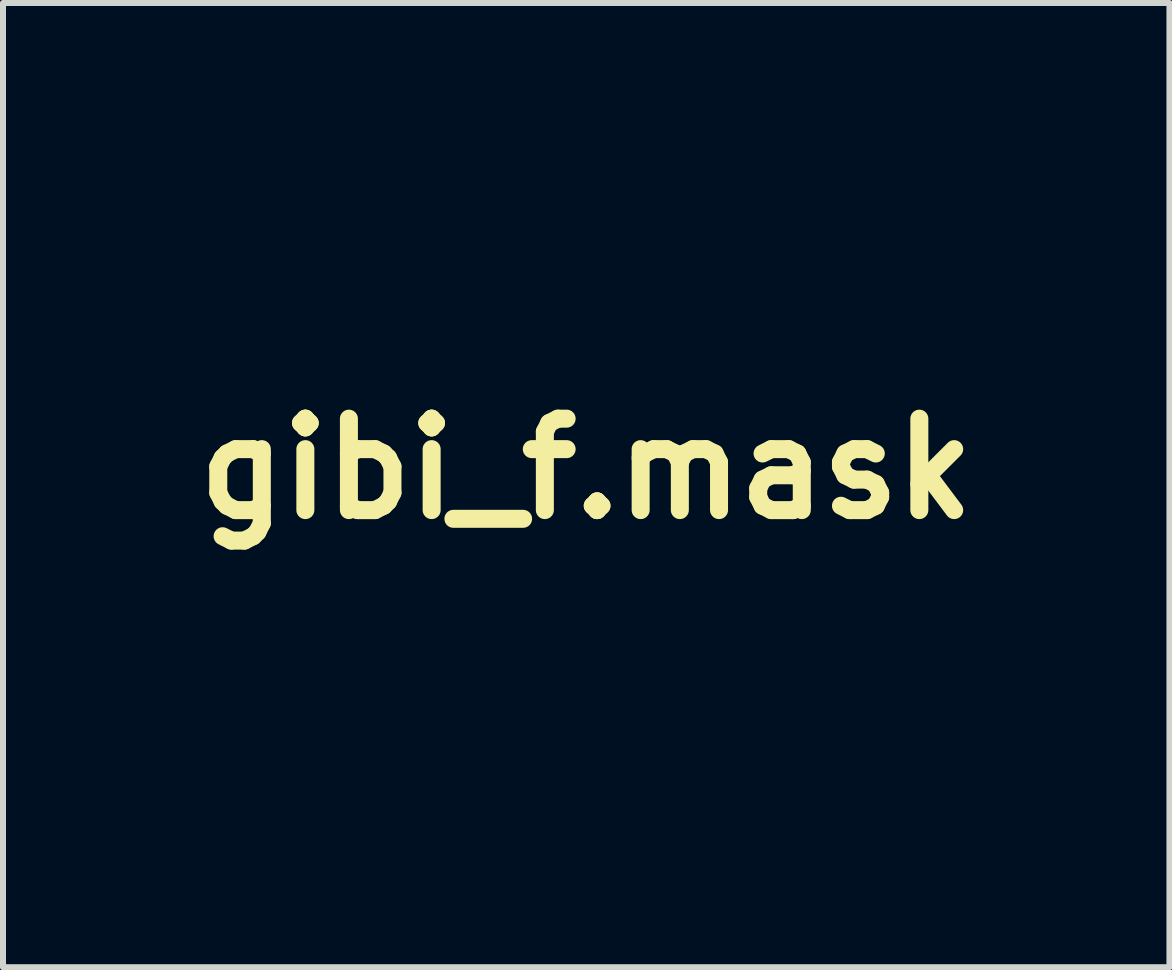
<source format=kicad_pcb>
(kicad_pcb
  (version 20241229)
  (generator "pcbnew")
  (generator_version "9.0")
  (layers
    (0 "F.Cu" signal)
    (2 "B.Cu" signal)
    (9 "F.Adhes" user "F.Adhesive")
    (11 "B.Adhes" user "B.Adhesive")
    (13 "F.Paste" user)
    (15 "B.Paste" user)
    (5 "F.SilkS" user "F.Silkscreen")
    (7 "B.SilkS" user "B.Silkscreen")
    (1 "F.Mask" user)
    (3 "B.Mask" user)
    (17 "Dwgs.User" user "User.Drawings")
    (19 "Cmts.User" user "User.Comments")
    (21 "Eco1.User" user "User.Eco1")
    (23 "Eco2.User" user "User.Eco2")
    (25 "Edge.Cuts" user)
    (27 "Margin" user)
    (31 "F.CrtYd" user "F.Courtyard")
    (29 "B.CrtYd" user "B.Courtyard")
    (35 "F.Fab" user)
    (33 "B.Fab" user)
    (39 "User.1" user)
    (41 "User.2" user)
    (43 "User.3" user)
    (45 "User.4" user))
  (footprint "gibi_f.mask"
    (layer "F.Cu")
    (at 6.72 4.762)
    (property "Reference" "gibi_f.mask" (at 0 0 0) (layer "F.SilkS") (effects (font (size 1.524 1.524) (thickness 0.3))))
    (attr through_hole)
    (fp_poly (pts (xy 5.279 5.281) (xy 5.28 5.292) (xy 5.23 5.296) (xy 5.223 5.296) (xy 5.174 5.291) (xy 5.178 5.282) (xy 5.184 5.28) (xy 5.253 5.276) (xy 5.279 5.281)) (stroke (width 0.01) (type solid)) (fill yes) (layer "F.Mask"))
    (fp_poly (pts (xy 0.969 -2.509) (xy 0.984 -2.455) (xy 0.984 -2.449) (xy 0.955 -2.375) (xy 0.875 -2.292) (xy 0.755 -2.209) (xy 0.605 -2.13) (xy 0.437 -2.064) (xy 0.261 -2.015) (xy 0.258 -2.014) (xy 0.037 -1.981) (xy -0.191 -1.97) (xy -0.408 -1.982) (xy -0.593 -2.015) (xy -0.66 -2.036) (xy -0.786 -2.098) (xy -0.873 -2.177) (xy -0.906 -2.225) (xy -0.953 -2.301) (xy -0.981 -2.351) (xy -0.984 -2.361) (xy -0.959 -2.353) (xy -0.891 -2.322) (xy -0.794 -2.272) (xy -0.77 -2.259) (xy -0.665 -2.205) (xy -0.581 -2.171) (xy -0.498 -2.153) (xy -0.394 -2.145) (xy -0.254 -2.144) (xy 0.065 -2.161) (xy 0.337 -2.213) (xy 0.567 -2.301) (xy 0.731 -2.403) (xy 0.848 -2.483) (xy 0.925 -2.518) (xy 0.969 -2.509)) (stroke (width 0.01) (type solid)) (fill yes) (layer "F.Mask"))
    (fp_poly (pts (xy 0.185 -4.755) (xy 0.33 -4.721) (xy 0.444 -4.652) (xy 0.46 -4.636) (xy 0.513 -4.542) (xy 0.553 -4.397) (xy 0.577 -4.215) (xy 0.585 -4.006) (xy 0.581 -3.866) (xy 0.562 -3.556) (xy 0.704 -3.556) (xy 0.923 -3.582) (xy 1.129 -3.656) (xy 1.3 -3.77) (xy 1.388 -3.863) (xy 1.417 -3.933) (xy 1.388 -3.979) (xy 1.301 -3.999) (xy 1.265 -4) (xy 1.165 -3.992) (xy 1.083 -3.97) (xy 1.073 -3.965) (xy 1.007 -3.954) (xy 0.97 -3.99) (xy 0.975 -4.054) (xy 1.019 -4.099) (xy 1.102 -4.143) (xy 1.201 -4.177) (xy 1.295 -4.191) (xy 1.298 -4.191) (xy 1.401 -4.169) (xy 1.502 -4.114) (xy 1.579 -4.04) (xy 1.606 -3.987) (xy 1.6 -3.888) (xy 1.544 -3.78) (xy 1.446 -3.677) (xy 1.365 -3.619) (xy 1.24 -3.543) (xy 1.165 -3.49) (xy 1.138 -3.451) (xy 1.156 -3.417) (xy 1.215 -3.377) (xy 1.277 -3.342) (xy 1.428 -3.23) (xy 1.567 -3.07) (xy 1.7 -2.854) (xy 1.714 -2.828) (xy 1.769 -2.699) (xy 1.825 -2.525) (xy 1.876 -2.328) (xy 1.917 -2.125) (xy 1.941 -1.968) (xy 1.96 -1.806) (xy 1.975 -1.697) (xy 1.993 -1.631) (xy 2.02 -1.6) (xy 2.062 -1.593) (xy 2.124 -1.601) (xy 2.167 -1.608) (xy 2.289 -1.622) (xy 2.439 -1.632) (xy 2.562 -1.635) (xy 2.698 -1.63) (xy 2.79 -1.614) (xy 2.859 -1.582) (xy 2.88 -1.568) (xy 2.958 -1.476) (xy 2.977 -1.368) (xy 2.935 -1.255) (xy 2.935 -1.255) (xy 2.9 -1.194) (xy 2.904 -1.153) (xy 2.936 -1.112) (xy 2.974 -1.029) (xy 2.961 -0.939) (xy 2.901 -0.866) (xy 2.881 -0.853) (xy 2.802 -0.798) (xy 2.781 -0.739) (xy 2.796 -0.694) (xy 2.824 -0.589) (xy 2.79 -0.495) (xy 2.742 -0.447) (xy 2.63 -0.392) (xy 2.492 -0.384) (xy 2.322 -0.423) (xy 2.147 -0.496) (xy 2.031 -0.546) (xy 1.935 -0.582) (xy 1.874 -0.595) (xy 1.864 -0.594) (xy 1.849 -0.571) (xy 1.835 -0.511) (xy 1.822 -0.409) (xy 1.809 -0.259) (xy 1.796 -0.055) (xy 1.782 0.195) (xy 1.754 0.677) (xy 1.726 1.103) (xy 1.695 1.48) (xy 1.661 1.816) (xy 1.625 2.117) (xy 1.584 2.39) (xy 1.577 2.433) (xy 1.545 2.615) (xy 1.518 2.749) (xy 1.49 2.851) (xy 1.457 2.937) (xy 1.413 3.021) (xy 1.353 3.12) (xy 1.352 3.121) (xy 1.16 3.383) (xy 0.947 3.587) (xy 0.711 3.733) (xy 0.685 3.746) (xy 0.551 3.817) (xy 0.455 3.89) (xy 0.402 3.957) (xy 0.394 4.013) (xy 0.435 4.051) (xy 0.521 4.064) (xy 0.586 4.053) (xy 0.669 4.017) (xy 0.781 3.95) (xy 0.931 3.847) (xy 0.94 3.841) (xy 1.213 3.65) (xy 1.44 3.498) (xy 1.626 3.383) (xy 1.774 3.303) (xy 1.887 3.255) (xy 1.969 3.239) (xy 1.974 3.239) (xy 2.048 3.244) (xy 2.103 3.271) (xy 2.161 3.33) (xy 2.205 3.389) (xy 2.313 3.589) (xy 2.366 3.813) (xy 2.364 4.052) (xy 2.307 4.298) (xy 2.203 4.528) (xy 2.117 4.668) (xy 2.04 4.758) (xy 1.959 4.807) (xy 1.861 4.825) (xy 1.826 4.826) (xy 1.671 4.8) (xy 1.549 4.725) (xy 1.469 4.607) (xy 1.457 4.574) (xy 1.425 4.494) (xy 1.389 4.449) (xy 1.377 4.445) (xy 1.339 4.466) (xy 1.266 4.521) (xy 1.169 4.604) (xy 1.079 4.686) (xy 0.901 4.841) (xy 0.75 4.949) (xy 0.616 5.013) (xy 0.491 5.038) (xy 0.389 5.033) (xy 0.269 5.003) (xy 0.115 4.949) (xy -0.054 4.878) (xy -0.22 4.8) (xy -0.32 4.745) (xy 0.335 4.745) (xy 0.339 4.791) (xy 0.355 4.817) (xy 0.422 4.851) (xy 0.524 4.845) (xy 0.651 4.804) (xy 0.789 4.73) (xy 0.802 4.721) (xy 0.905 4.641) (xy 1.034 4.522) (xy 1.175 4.378) (xy 1.316 4.221) (xy 1.446 4.066) (xy 1.502 3.993) (xy 1.584 3.904) (xy 1.647 3.872) (xy 1.684 3.893) (xy 1.686 3.962) (xy 1.645 4.074) (xy 1.643 4.078) (xy 1.601 4.209) (xy 1.593 4.35) (xy 1.618 4.481) (xy 1.674 4.577) (xy 1.675 4.579) (xy 1.771 4.636) (xy 1.873 4.635) (xy 1.969 4.576) (xy 1.991 4.552) (xy 2.055 4.444) (xy 2.114 4.296) (xy 2.161 4.13) (xy 2.187 3.971) (xy 2.191 3.9) (xy 2.18 3.795) (xy 2.153 3.678) (xy 2.115 3.566) (xy 2.072 3.478) (xy 2.032 3.429) (xy 2.02 3.425) (xy 1.959 3.431) (xy 1.879 3.462) (xy 1.774 3.521) (xy 1.638 3.613) (xy 1.464 3.741) (xy 1.333 3.842) (xy 1.204 3.934) (xy 1.045 4.033) (xy 0.889 4.121) (xy 0.859 4.136) (xy 0.727 4.205) (xy 0.637 4.263) (xy 0.572 4.322) (xy 0.516 4.397) (xy 0.485 4.445) (xy 0.404 4.583) (xy 0.355 4.679) (xy 0.335 4.745) (xy -0.32 4.745) (xy -0.362 4.722) (xy -0.451 4.662) (xy -0.55 4.597) (xy -0.618 4.587) (xy -0.656 4.632) (xy -0.667 4.722) (xy -0.676 4.838) (xy -0.698 4.951) (xy -0.699 4.953) (xy -0.723 5.066) (xy -0.736 5.183) (xy -0.736 5.183) (xy -0.743 5.26) (xy -0.768 5.294) (xy -0.832 5.302) (xy -0.864 5.302) (xy -0.941 5.299) (xy -0.968 5.283) (xy -0.957 5.247) (xy -0.955 5.244) (xy -0.933 5.179) (xy -0.912 5.08) (xy -0.903 5.026) (xy -0.894 4.928) (xy -0.902 4.871) (xy -0.933 4.831) (xy -0.956 4.814) (xy -1.022 4.782) (xy -1.095 4.764) (xy -1.154 4.763) (xy -1.175 4.78) (xy -1.161 4.82) (xy -1.141 4.862) (xy -1.121 4.933) (xy -1.125 4.974) (xy -1.144 5.001) (xy -1.182 4.996) (xy -1.249 4.96) (xy -1.393 4.889) (xy -1.543 4.846) (xy -1.721 4.826) (xy -1.832 4.823) (xy -2.036 4.835) (xy -2.207 4.873) (xy -2.337 4.933) (xy -2.418 5.012) (xy -2.445 5.1) (xy -2.441 5.137) (xy -2.422 5.165) (xy -2.38 5.187) (xy -2.303 5.208) (xy -2.183 5.23) (xy -2.02 5.256) (xy -1.762 5.296) (xy -2.196 5.299) (xy -2.63 5.302) (xy -2.651 5.209) (xy -2.649 5.098) (xy -2.594 4.98) (xy -2.483 4.848) (xy -2.455 4.822) (xy -2.272 4.684) (xy -2.074 4.606) (xy -1.855 4.586) (xy -1.635 4.618) (xy -1.51 4.642) (xy -1.43 4.638) (xy -1.387 4.595) (xy -1.369 4.507) (xy -1.367 4.386) (xy -1.37 4.213) (xy -1.202 4.213) (xy -1.2 4.261) (xy -1.161 4.362) (xy -1.077 4.441) (xy -0.966 4.483) (xy -0.957 4.484) (xy -0.908 4.483) (xy -0.869 4.458) (xy -0.83 4.396) (xy -0.787 4.304) (xy -0.744 4.229) (xy -0.697 4.205) (xy -0.634 4.234) (xy -0.554 4.306) (xy -0.437 4.413) (xy -0.315 4.508) (xy -0.201 4.583) (xy -0.11 4.626) (xy -0.075 4.634) (xy -0.026 4.617) (xy 0.03 4.56) (xy 0.101 4.453) (xy 0.109 4.44) (xy 0.17 4.336) (xy 0.21 4.257) (xy 0.223 4.199) (xy 0.203 4.158) (xy 0.145 4.132) (xy 0.043 4.117) (xy -0.108 4.109) (xy -0.315 4.105) (xy -0.437 4.103) (xy -0.68 4.101) (xy -0.866 4.102) (xy -1.003 4.108) (xy -1.098 4.121) (xy -1.158 4.142) (xy -1.19 4.172) (xy -1.202 4.213) (xy -1.37 4.213) (xy -1.37 4.212) (xy -1.382 4.087) (xy -1.41 3.994) (xy -1.463 3.92) (xy -1.551 3.847) (xy -1.68 3.762) (xy -1.73 3.731) (xy -1.943 3.587) (xy -2.088 3.473) (xy -1.738 3.473) (xy -1.707 3.508) (xy -1.632 3.556) (xy -1.516 3.62) (xy -1.494 3.631) (xy -1.374 3.691) (xy -1.275 3.73) (xy -1.172 3.753) (xy -1.042 3.768) (xy -0.956 3.774) (xy -0.803 3.782) (xy -0.611 3.788) (xy -0.404 3.793) (xy -0.207 3.794) (xy -0.203 3.794) (xy 0.244 3.794) (xy 0.471 3.67) (xy 0.576 3.61) (xy 0.656 3.559) (xy 0.696 3.528) (xy 0.699 3.523) (xy 0.668 3.515) (xy 0.585 3.506) (xy 0.457 3.497) (xy 0.295 3.489) (xy 0.109 3.482) (xy 0.103 3.481) (xy -0.137 3.474) (xy -0.415 3.464) (xy -0.703 3.455) (xy -0.976 3.446) (xy -1.123 3.441) (xy -1.36 3.434) (xy -1.536 3.432) (xy -1.656 3.437) (xy -1.722 3.45) (xy -1.738 3.473) (xy -2.088 3.473) (xy -2.133 3.437) (xy -2.291 3.291) (xy -2.408 3.156) (xy -2.469 3.054) (xy -2.487 3.001) (xy -2.501 2.931) (xy -2.51 2.834) (xy -2.515 2.728) (xy -2.349 2.728) (xy -2.335 2.807) (xy -2.303 2.886) (xy -2.265 2.942) (xy -2.208 2.974) (xy -2.113 2.994) (xy -2.089 2.997) (xy -1.957 3.015) (xy -1.807 3.036) (xy -1.73 3.047) (xy -1.627 3.061) (xy -1.479 3.076) (xy -1.304 3.092) (xy -1.12 3.107) (xy -1.079 3.11) (xy -0.873 3.126) (xy -0.649 3.142) (xy -0.435 3.158) (xy -0.257 3.171) (xy -0.254 3.172) (xy -0.085 3.181) (xy 0.124 3.187) (xy 0.349 3.19) (xy 0.566 3.189) (xy 0.619 3.188) (xy 0.813 3.183) (xy 0.954 3.177) (xy 1.05 3.169) (xy 1.111 3.157) (xy 1.148 3.141) (xy 1.166 3.123) (xy 1.201 3.047) (xy 1.201 2.977) (xy 1.167 2.937) (xy 1.121 2.93) (xy 1.02 2.919) (xy 0.873 2.905) (xy 0.687 2.89) (xy 0.47 2.872) (xy 0.232 2.854) (xy -0.02 2.836) (xy -0.277 2.818) (xy -0.531 2.8) (xy -0.773 2.785) (xy -0.997 2.771) (xy -1.143 2.763) (xy -1.427 2.748) (xy -1.655 2.735) (xy -1.834 2.725) (xy -1.972 2.716) (xy -2.074 2.708) (xy -2.149 2.7) (xy -2.204 2.693) (xy -2.246 2.685) (xy -2.262 2.681) (xy -2.325 2.673) (xy -2.347 2.698) (xy -2.349 2.728) (xy -2.515 2.728) (xy -2.516 2.702) (xy -2.52 2.525) (xy -2.522 2.294) (xy -2.522 2.27) (xy -2.521 2.188) (xy -2.344 2.188) (xy -2.341 2.296) (xy -2.314 2.352) (xy -2.312 2.354) (xy -2.262 2.367) (xy -2.167 2.377) (xy -2.045 2.382) (xy -2.016 2.382) (xy -1.855 2.387) (xy -1.681 2.399) (xy -1.54 2.413) (xy -1.397 2.429) (xy -1.201 2.447) (xy -0.965 2.467) (xy -0.698 2.488) (xy -0.412 2.509) (xy -0.118 2.53) (xy 0.173 2.55) (xy 0.45 2.567) (xy 0.702 2.581) (xy 0.917 2.592) (xy 1.085 2.598) (xy 1.118 2.599) (xy 1.245 2.599) (xy 1.324 2.592) (xy 1.368 2.575) (xy 1.394 2.545) (xy 1.396 2.542) (xy 1.428 2.445) (xy 1.413 2.372) (xy 1.357 2.335) (xy 1.308 2.33) (xy 1.204 2.323) (xy 1.054 2.315) (xy 0.867 2.306) (xy 0.652 2.297) (xy 0.417 2.289) (xy 0.378 2.287) (xy 0.019 2.273) (xy -0.295 2.255) (xy -0.584 2.234) (xy -0.867 2.206) (xy -1.163 2.171) (xy -1.289 2.154) (xy -1.51 2.126) (xy -1.718 2.1) (xy -1.903 2.078) (xy -2.052 2.062) (xy -2.156 2.053) (xy -2.191 2.051) (xy -2.334 2.048) (xy -2.344 2.188) (xy -2.521 2.188) (xy -2.52 2.014) (xy -2.515 1.792) (xy -2.506 1.615) (xy -2.498 1.535) (xy -2.313 1.535) (xy -2.307 1.621) (xy -2.259 1.68) (xy -2.257 1.682) (xy -2.225 1.694) (xy -2.173 1.706) (xy -2.094 1.718) (xy -1.982 1.732) (xy -1.83 1.748) (xy -1.632 1.767) (xy -1.381 1.79) (xy -1.175 1.808) (xy -0.987 1.825) (xy -0.763 1.846) (xy -0.53 1.868) (xy -0.316 1.889) (xy -0.302 1.891) (xy -0.081 1.912) (xy 0.173 1.934) (xy 0.429 1.954) (xy 0.656 1.969) (xy 0.664 1.97) (xy 0.834 1.982) (xy 0.981 1.993) (xy 1.092 2.005) (xy 1.158 2.014) (xy 1.171 2.018) (xy 1.21 2.026) (xy 1.29 2.027) (xy 1.331 2.026) (xy 1.42 2.017) (xy 1.466 1.993) (xy 1.489 1.938) (xy 1.502 1.877) (xy 1.514 1.766) (xy 1.495 1.705) (xy 1.493 1.703) (xy 1.456 1.684) (xy 1.378 1.664) (xy 1.258 1.644) (xy 1.092 1.623) (xy 0.879 1.6) (xy 0.615 1.576) (xy 0.297 1.551) (xy -0.077 1.523) (xy -0.509 1.492) (xy -0.81 1.472) (xy -1.146 1.45) (xy -1.425 1.432) (xy -1.652 1.418) (xy -1.832 1.409) (xy -1.972 1.403) (xy -2.077 1.4) (xy -2.152 1.402) (xy -2.203 1.407) (xy -2.237 1.416) (xy -2.258 1.428) (xy -2.273 1.443) (xy -2.276 1.447) (xy -2.313 1.535) (xy -2.498 1.535) (xy -2.494 1.489) (xy -2.486 1.445) (xy -2.463 1.337) (xy -2.432 1.179) (xy -2.396 0.983) (xy -2.381 0.897) (xy -2.215 0.897) (xy -2.188 0.975) (xy -2.112 1.019) (xy -2.072 1.028) (xy -2.006 1.036) (xy -1.887 1.047) (xy -1.727 1.06) (xy -1.537 1.075) (xy -1.328 1.089) (xy -1.238 1.095) (xy -0.928 1.116) (xy -0.62 1.136) (xy -0.321 1.156) (xy -0.038 1.176) (xy 0.223 1.194) (xy 0.454 1.211) (xy 0.648 1.225) (xy 0.798 1.237) (xy 0.898 1.246) (xy 0.937 1.25) (xy 1.019 1.253) (xy 1.137 1.249) (xy 1.269 1.238) (xy 1.389 1.223) (xy 1.475 1.206) (xy 1.486 1.202) (xy 1.532 1.176) (xy 1.551 1.129) (xy 1.55 1.041) (xy 1.55 1.04) (xy 1.54 0.905) (xy 1.111 0.883) (xy 0.97 0.876) (xy 0.776 0.868) (xy 0.544 0.859) (xy 0.285 0.849) (xy 0.012 0.839) (xy -0.264 0.829) (xy -0.349 0.827) (xy -0.62 0.816) (xy -0.886 0.804) (xy -1.136 0.79) (xy -1.359 0.776) (xy -1.544 0.761) (xy -1.681 0.747) (xy -1.714 0.743) (xy -1.891 0.717) (xy -2.016 0.7) (xy -2.097 0.693) (xy -2.146 0.697) (xy -2.172 0.712) (xy -2.185 0.739) (xy -2.196 0.778) (xy -2.215 0.897) (xy -2.381 0.897) (xy -2.357 0.762) (xy -2.317 0.529) (xy -2.279 0.295) (xy -2.272 0.254) (xy -2.092 0.254) (xy -2.062 0.299) (xy -2.056 0.302) (xy -1.975 0.322) (xy -1.839 0.343) (xy -1.659 0.365) (xy -1.441 0.387) (xy -1.197 0.409) (xy -0.934 0.429) (xy -0.661 0.447) (xy -0.389 0.463) (xy -0.125 0.474) (xy -0.032 0.477) (xy 0.21 0.485) (xy 0.437 0.495) (xy 0.64 0.505) (xy 0.811 0.515) (xy 0.938 0.524) (xy 1.012 0.533) (xy 1.016 0.534) (xy 1.16 0.556) (xy 1.304 0.567) (xy 1.434 0.565) (xy 1.533 0.552) (xy 1.584 0.528) (xy 1.606 0.466) (xy 1.602 0.437) (xy 1.584 0.417) (xy 1.543 0.4) (xy 1.474 0.386) (xy 1.372 0.373) (xy 1.23 0.361) (xy 1.046 0.35) (xy 0.812 0.339) (xy 0.524 0.329) (xy 0.238 0.319) (xy -0.327 0.295) (xy -0.834 0.26) (xy -1.287 0.213) (xy -1.689 0.154) (xy -1.759 0.142) (xy -1.9 0.119) (xy -1.992 0.114) (xy -2.044 0.125) (xy -2.053 0.131) (xy -2.088 0.188) (xy -2.092 0.254) (xy -2.272 0.254) (xy -2.243 0.074) (xy -2.213 -0.122) (xy -2.206 -0.175) (xy -2.182 -0.339) (xy -2.182 -0.339) (xy -1.979 -0.339) (xy -1.972 -0.263) (xy -1.966 -0.251) (xy -1.923 -0.229) (xy -1.825 -0.209) (xy -1.683 -0.192) (xy -1.63 -0.188) (xy -1.469 -0.174) (xy -1.272 -0.154) (xy -1.065 -0.132) (xy -0.905 -0.112) (xy -0.75 -0.096) (xy -0.547 -0.079) (xy -0.312 -0.063) (xy -0.062 -0.049) (xy 0.189 -0.038) (xy 0.286 -0.035) (xy 0.601 -0.025) (xy 0.858 -0.017) (xy 1.064 -0.011) (xy 1.225 -0.008) (xy 1.347 -0.006) (xy 1.435 -0.007) (xy 1.496 -0.01) (xy 1.535 -0.015) (xy 1.56 -0.023) (xy 1.575 -0.033) (xy 1.581 -0.038) (xy 1.617 -0.11) (xy 1.6 -0.18) (xy 1.548 -0.221) (xy 1.49 -0.235) (xy 1.379 -0.254) (xy 1.227 -0.274) (xy 1.044 -0.297) (xy 0.841 -0.319) (xy 0.628 -0.341) (xy 0.417 -0.36) (xy 0.349 -0.365) (xy 0.237 -0.375) (xy 0.078 -0.39) (xy -0.112 -0.409) (xy -0.316 -0.429) (xy -0.46 -0.444) (xy -0.798 -0.478) (xy -1.1 -0.503) (xy -1.362 -0.521) (xy -1.58 -0.53) (xy -1.749 -0.531) (xy -1.864 -0.523) (xy -1.923 -0.506) (xy -1.926 -0.503) (xy -1.962 -0.43) (xy -1.979 -0.339) (xy -2.182 -0.339) (xy -2.157 -0.494) (xy -2.136 -0.621) (xy -2.122 -0.696) (xy -2.109 -0.8) (xy -2.119 -0.861) (xy -2.123 -0.866) (xy -2.169 -0.87) (xy -2.264 -0.847) (xy -2.403 -0.798) (xy -2.418 -0.793) (xy -2.638 -0.721) (xy -2.822 -0.691) (xy -2.966 -0.702) (xy -3.068 -0.753) (xy -3.124 -0.845) (xy -3.128 -0.86) (xy -3.177 -0.949) (xy -3.256 -1.013) (xy -3.34 -1.089) (xy -3.367 -1.188) (xy -3.355 -1.237) (xy -3.159 -1.237) (xy -3.136 -1.171) (xy -3.067 -1.148) (xy -2.954 -1.167) (xy -2.857 -1.204) (xy -2.719 -1.252) (xy -2.609 -1.27) (xy -2.536 -1.256) (xy -2.508 -1.211) (xy -2.508 -1.21) (xy -2.536 -1.156) (xy -2.624 -1.099) (xy -2.659 -1.082) (xy -2.78 -1.027) (xy -2.853 -0.988) (xy -2.891 -0.959) (xy -2.904 -0.932) (xy -2.905 -0.917) (xy -2.878 -0.888) (xy -2.805 -0.882) (xy -2.697 -0.896) (xy -2.566 -0.929) (xy -2.422 -0.975) (xy -2.278 -1.033) (xy -2.143 -1.098) (xy -2.052 -1.154) (xy -1.961 -1.193) (xy -1.894 -1.174) (xy -1.855 -1.098) (xy -1.848 -1.054) (xy -1.823 -0.974) (xy -1.784 -0.939) (xy -1.686 -0.916) (xy -1.533 -0.891) (xy -1.333 -0.863) (xy -1.093 -0.834) (xy -0.822 -0.804) (xy -0.527 -0.774) (xy -0.217 -0.745) (xy 0.101 -0.718) (xy 0.418 -0.693) (xy 0.726 -0.672) (xy 1.017 -0.655) (xy 1.179 -0.647) (xy 1.359 -0.639) (xy 1.486 -0.635) (xy 1.57 -0.636) (xy 1.62 -0.643) (xy 1.647 -0.657) (xy 1.66 -0.679) (xy 1.666 -0.696) (xy 1.701 -0.766) (xy 1.757 -0.8) (xy 1.841 -0.8) (xy 1.963 -0.765) (xy 2.113 -0.703) (xy 2.292 -0.63) (xy 2.435 -0.586) (xy 2.538 -0.574) (xy 2.594 -0.592) (xy 2.603 -0.618) (xy 2.575 -0.665) (xy 2.5 -0.716) (xy 2.393 -0.764) (xy 2.271 -0.8) (xy 2.223 -0.809) (xy 2.09 -0.841) (xy 2.018 -0.885) (xy 2.006 -0.946) (xy 2.032 -0.995) (xy 2.375 -0.995) (xy 2.408 -0.964) (xy 2.461 -0.949) (xy 2.602 -0.926) (xy 2.703 -0.927) (xy 2.756 -0.951) (xy 2.762 -0.969) (xy 2.734 -1.024) (xy 2.662 -1.06) (xy 2.565 -1.072) (xy 2.489 -1.061) (xy 2.402 -1.029) (xy 2.375 -0.995) (xy 2.032 -0.995) (xy 2.05 -1.027) (xy 2.09 -1.074) (xy 2.212 -1.162) (xy 2.304 -1.191) (xy 2.471 -1.224) (xy 2.609 -1.262) (xy 2.708 -1.301) (xy 2.758 -1.338) (xy 2.762 -1.35) (xy 2.734 -1.398) (xy 2.648 -1.418) (xy 2.505 -1.412) (xy 2.306 -1.378) (xy 2.05 -1.317) (xy 1.938 -1.287) (xy 1.793 -1.26) (xy 1.587 -1.245) (xy 1.318 -1.24) (xy 0.988 -1.247) (xy 0.595 -1.264) (xy 0.14 -1.292) (xy -0.032 -1.304) (xy -0.285 -1.323) (xy -0.541 -1.342) (xy -0.784 -1.359) (xy -1.002 -1.375) (xy -1.18 -1.388) (xy -1.286 -1.395) (xy -1.515 -1.416) (xy -1.683 -1.441) (xy -1.79 -1.472) (xy -1.838 -1.507) (xy -1.841 -1.521) (xy -1.871 -1.552) (xy -1.953 -1.587) (xy -2.074 -1.624) (xy -2.225 -1.662) (xy -2.394 -1.699) (xy -2.569 -1.731) (xy -2.738 -1.757) (xy -2.892 -1.775) (xy -3.017 -1.783) (xy -3.103 -1.778) (xy -3.135 -1.765) (xy -3.138 -1.73) (xy -3.093 -1.695) (xy -3.015 -1.667) (xy -2.918 -1.652) (xy -2.889 -1.651) (xy -2.765 -1.638) (xy -2.679 -1.603) (xy -2.641 -1.55) (xy -2.645 -1.513) (xy -2.691 -1.473) (xy -2.785 -1.46) (xy -2.904 -1.442) (xy -3.016 -1.397) (xy -3.105 -1.335) (xy -3.154 -1.265) (xy -3.159 -1.237) (xy -3.355 -1.237) (xy -3.337 -1.313) (xy -3.297 -1.393) (xy -3.228 -1.512) (xy -3.301 -1.611) (xy -3.353 -1.72) (xy -3.344 -1.817) (xy -3.274 -1.899) (xy -3.232 -1.924) (xy -3.121 -1.955) (xy -2.961 -1.963) (xy -2.759 -1.948) (xy -2.524 -1.911) (xy -2.304 -1.862) (xy -2.168 -1.831) (xy -2.054 -1.809) (xy -1.976 -1.798) (xy -1.951 -1.799) (xy -1.922 -1.836) (xy -1.892 -1.914) (xy -1.879 -1.962) (xy -1.875 -1.978) (xy -1.676 -1.978) (xy -1.674 -1.911) (xy -1.654 -1.874) (xy -1.631 -1.862) (xy -1.517 -1.836) (xy -1.345 -1.811) (xy -1.119 -1.787) (xy -0.846 -1.765) (xy -0.528 -1.745) (xy -0.524 -1.744) (xy -0.282 -1.73) (xy -0.013 -1.713) (xy 0.258 -1.695) (xy 0.505 -1.678) (xy 0.619 -1.669) (xy 0.946 -1.646) (xy 1.214 -1.631) (xy 1.423 -1.625) (xy 1.578 -1.626) (xy 1.681 -1.636) (xy 1.734 -1.654) (xy 1.74 -1.659) (xy 1.756 -1.716) (xy 1.756 -1.82) (xy 1.743 -1.957) (xy 1.719 -2.112) (xy 1.685 -2.27) (xy 1.644 -2.419) (xy 1.636 -2.441) (xy 1.568 -2.619) (xy 1.486 -2.794) (xy 1.4 -2.951) (xy 1.317 -3.074) (xy 1.265 -3.132) (xy 1.149 -3.217) (xy 1.023 -3.277) (xy 0.911 -3.302) (xy 0.906 -3.302) (xy 0.845 -3.289) (xy 0.826 -3.239) (xy 0.825 -3.231) (xy 0.802 -3.132) (xy 0.742 -3.029) (xy 0.664 -2.948) (xy 0.617 -2.92) (xy 0.459 -2.892) (xy 0.291 -2.917) (xy 0.129 -2.99) (xy 0.026 -3.069) (xy -0.046 -3.12) (xy -0.099 -3.123) (xy -0.12 -3.081) (xy -0.114 -3.036) (xy -0.11 -2.967) (xy -0.12 -2.865) (xy -0.132 -2.803) (xy -0.151 -2.697) (xy -0.149 -2.632) (xy -0.126 -2.587) (xy -0.125 -2.585) (xy -0.092 -2.555) (xy -0.06 -2.566) (xy -0.015 -2.617) (xy 0.05 -2.671) (xy 0.111 -2.68) (xy 0.152 -2.644) (xy 0.159 -2.604) (xy 0.144 -2.546) (xy 0.096 -2.506) (xy 0.004 -2.481) (xy -0.139 -2.467) (xy -0.212 -2.465) (xy -0.381 -2.464) (xy -0.496 -2.475) (xy -0.566 -2.498) (xy -0.598 -2.538) (xy -0.603 -2.574) (xy -0.582 -2.639) (xy -0.532 -2.658) (xy -0.47 -2.63) (xy -0.443 -2.601) (xy -0.385 -2.525) (xy -0.354 -2.608) (xy -0.316 -2.719) (xy -0.286 -2.829) (xy -0.267 -2.919) (xy -0.265 -2.971) (xy -0.268 -2.977) (xy -0.306 -2.979) (xy -0.381 -2.962) (xy -0.415 -2.952) (xy -0.584 -2.928) (xy -0.748 -2.963) (xy -0.895 -3.053) (xy -0.944 -3.101) (xy -1.01 -3.17) (xy -1.056 -3.197) (xy -1.103 -3.191) (xy -1.127 -3.181) (xy -1.207 -3.118) (xy -1.296 -3.005) (xy -1.386 -2.853) (xy -1.472 -2.672) (xy -1.546 -2.475) (xy -1.56 -2.431) (xy -1.62 -2.231) (xy -1.658 -2.082) (xy -1.676 -1.978) (xy -1.875 -1.978) (xy -1.822 -2.189) (xy -1.752 -2.421) (xy -1.675 -2.644) (xy -1.596 -2.842) (xy -1.52 -2.999) (xy -1.488 -3.053) (xy -1.372 -3.203) (xy -1.313 -3.259) (xy -0.938 -3.259) (xy -0.929 -3.209) (xy -0.855 -3.161) (xy -0.852 -3.16) (xy -0.714 -3.122) (xy -0.556 -3.113) (xy -0.406 -3.132) (xy -0.293 -3.175) (xy -0.2 -3.248) (xy -0.181 -3.285) (xy 0.074 -3.285) (xy 0.079 -3.241) (xy 0.093 -3.21) (xy 0.173 -3.123) (xy 0.288 -3.069) (xy 0.419 -3.051) (xy 0.545 -3.075) (xy 0.615 -3.114) (xy 0.677 -3.186) (xy 0.698 -3.263) (xy 0.676 -3.325) (xy 0.636 -3.349) (xy 0.564 -3.346) (xy 0.465 -3.306) (xy 0.448 -3.296) (xy 0.364 -3.253) (xy 0.302 -3.241) (xy 0.231 -3.257) (xy 0.206 -3.266) (xy 0.115 -3.292) (xy 0.074 -3.285) (xy -0.181 -3.285) (xy -0.164 -3.316) (xy -0.186 -3.374) (xy -0.225 -3.386) (xy -0.282 -3.352) (xy -0.309 -3.328) (xy -0.442 -3.225) (xy -0.557 -3.18) (xy -0.661 -3.193) (xy -0.753 -3.259) (xy -0.821 -3.313) (xy -0.872 -3.318) (xy -0.885 -3.312) (xy -0.938 -3.259) (xy -1.313 -3.259) (xy -1.226 -3.343) (xy -1.075 -3.451) (xy -1.024 -3.478) (xy -0.956 -3.514) (xy -0.922 -3.539) (xy -0.921 -3.542) (xy -0.941 -3.57) (xy -0.994 -3.628) (xy -1.043 -3.678) (xy -1.139 -3.801) (xy -1.2 -3.937) (xy -1.222 -4.069) (xy -1.203 -4.17) (xy -1.138 -4.251) (xy -1.04 -4.302) (xy -0.931 -4.32) (xy -0.829 -4.302) (xy -0.754 -4.245) (xy -0.75 -4.24) (xy -0.719 -4.165) (xy -0.722 -4.105) (xy -0.756 -4.076) (xy -0.79 -4.082) (xy -0.891 -4.117) (xy -0.956 -4.118) (xy -1 -4.085) (xy -1.005 -4.079) (xy -1.041 -4.013) (xy -1.037 -3.951) (xy -0.989 -3.875) (xy -0.952 -3.83) (xy -0.861 -3.747) (xy -0.766 -3.691) (xy -0.682 -3.67) (xy -0.641 -3.679) (xy -0.622 -3.718) (xy -0.599 -3.806) (xy -0.574 -3.929) (xy -0.554 -4.049) (xy -0.53 -4.201) (xy -0.505 -4.337) (xy -0.482 -4.441) (xy -0.469 -4.488) (xy -0.398 -4.591) (xy -0.282 -4.672) (xy -0.136 -4.728) (xy 0.025 -4.757) (xy 0.185 -4.755)) (stroke (width 0.01) (type solid)) (fill yes) (layer "F.Mask")))
  (gr_rect
    (start -3 -3)
    (end 16.44 13.069)
    (stroke (width 0.1) (type default))
    (fill no)
    (layer "Edge.Cuts")))
</source>
